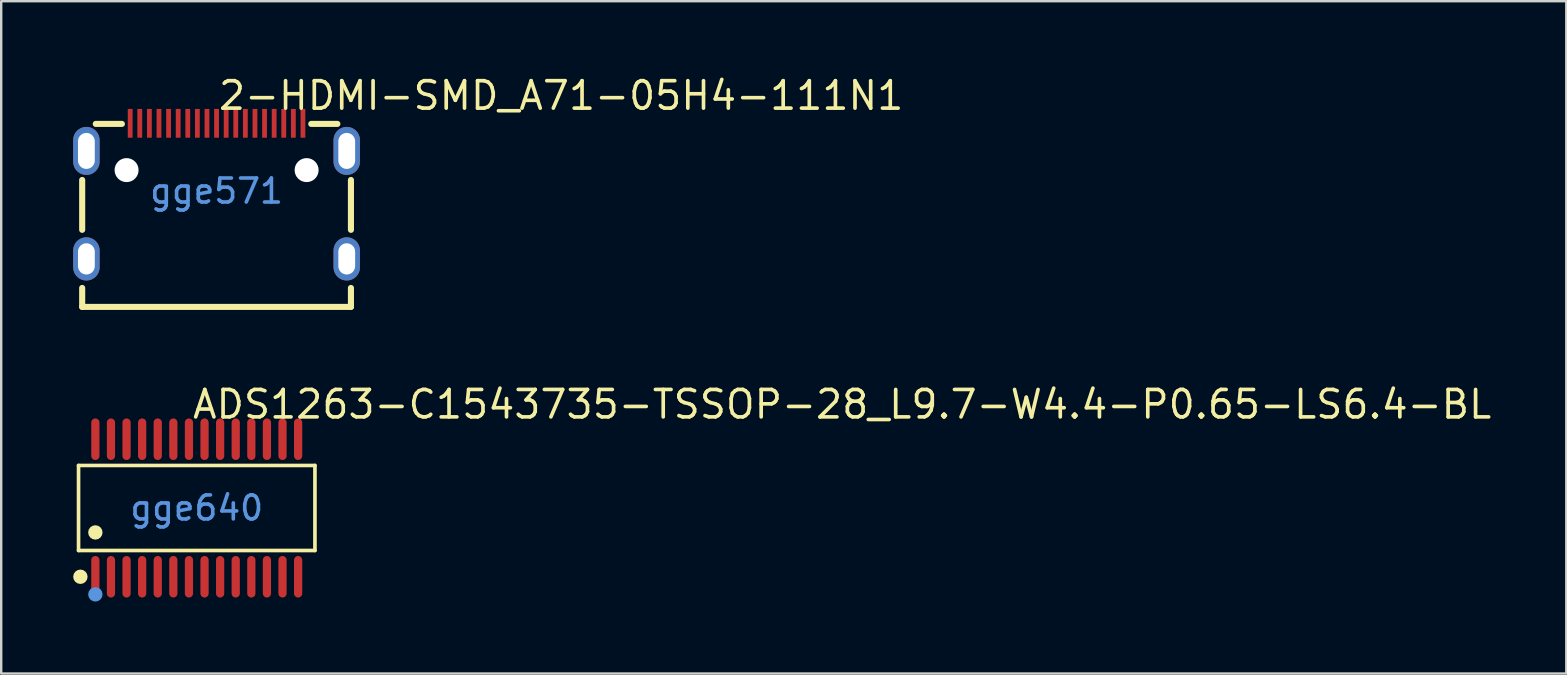
<source format=kicad_pcb>
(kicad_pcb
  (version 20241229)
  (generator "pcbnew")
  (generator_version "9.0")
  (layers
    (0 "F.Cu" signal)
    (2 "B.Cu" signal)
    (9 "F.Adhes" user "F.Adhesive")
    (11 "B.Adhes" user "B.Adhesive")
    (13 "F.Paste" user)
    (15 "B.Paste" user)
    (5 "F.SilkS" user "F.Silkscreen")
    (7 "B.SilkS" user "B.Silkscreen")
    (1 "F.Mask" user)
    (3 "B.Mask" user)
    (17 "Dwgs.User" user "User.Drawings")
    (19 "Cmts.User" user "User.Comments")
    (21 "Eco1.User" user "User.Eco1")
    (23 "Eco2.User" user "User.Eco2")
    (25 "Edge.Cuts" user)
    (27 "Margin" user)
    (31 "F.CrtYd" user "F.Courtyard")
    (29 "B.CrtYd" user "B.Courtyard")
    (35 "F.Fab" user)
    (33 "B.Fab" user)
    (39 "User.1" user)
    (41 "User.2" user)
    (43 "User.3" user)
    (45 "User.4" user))
  (footprint "ADS1263-C1543735-TSSOP-28_L9.7-W4.4-P0.65-LS6.4-BL"
    (layer "F.Cu")
    (at 5.149 18.12)
    (property "Reference" "ADS1263-C1543735-TSSOP-28_L9.7-W4.4-P0.65-LS6.4-BL" (at -0.254 -4.318 0) (layer "F.SilkS") (effects (font (size 1.143 1.143) (thickness 0.152)) (justify left)))
    (attr smd)
    (fp_line (start -4.926 -1.772) (end 4.926 -1.772) (stroke (width 0.152) (type solid)) (layer "F.SilkS"))
    (fp_line (start -4.926 1.771) (end -4.926 -1.772) (stroke (width 0.152) (type solid)) (layer "F.SilkS"))
    (fp_line (start 4.926 -1.772) (end 4.926 1.771) (stroke (width 0.152) (type solid)) (layer "F.SilkS"))
    (fp_line (start 4.926 1.771) (end -4.926 1.771) (stroke (width 0.152) (type solid)) (layer "F.SilkS"))
    (fp_circle (center -4.849 2.866) (end -4.699 2.866) (stroke (width 0.3) (type solid)) (fill no) (layer "F.SilkS"))
    (fp_circle (center -4.225 1.019) (end -4.075 1.019) (stroke (width 0.3) (type solid)) (fill no) (layer "F.SilkS"))
    (fp_circle (center -4.225 3.6) (end -4.075 3.6) (stroke (width 0.3) (type solid)) (fill no) (layer "Cmts.User"))
    (fp_text user "gge640" (at 0 0 0) (layer "Cmts.User") (effects (font (size 1 1) (thickness 0.15))))
    (pad "1" smd oval (at -4.225 2.866) (size 0.343 1.731) (layers "F.Cu" "F.Mask" "F.Paste"))
    (pad "2" smd oval (at -3.575 2.866) (size 0.343 1.731) (layers "F.Cu" "F.Mask" "F.Paste"))
    (pad "3" smd oval (at -2.925 2.866) (size 0.343 1.731) (layers "F.Cu" "F.Mask" "F.Paste"))
    (pad "4" smd oval (at -2.275 2.866) (size 0.343 1.731) (layers "F.Cu" "F.Mask" "F.Paste"))
    (pad "5" smd oval (at -1.625 2.866) (size 0.343 1.731) (layers "F.Cu" "F.Mask" "F.Paste"))
    (pad "6" smd oval (at -0.975 2.866) (size 0.343 1.731) (layers "F.Cu" "F.Mask" "F.Paste"))
    (pad "7" smd oval (at -0.325 2.866) (size 0.343 1.731) (layers "F.Cu" "F.Mask" "F.Paste"))
    (pad "8" smd oval (at 0.325 2.866) (size 0.343 1.731) (layers "F.Cu" "F.Mask" "F.Paste"))
    (pad "9" smd oval (at 0.975 2.866) (size 0.343 1.731) (layers "F.Cu" "F.Mask" "F.Paste"))
    (pad "10" smd oval (at 1.625 2.866) (size 0.343 1.731) (layers "F.Cu" "F.Mask" "F.Paste"))
    (pad "11" smd oval (at 2.275 2.866) (size 0.343 1.731) (layers "F.Cu" "F.Mask" "F.Paste"))
    (pad "12" smd oval (at 2.925 2.866) (size 0.343 1.731) (layers "F.Cu" "F.Mask" "F.Paste"))
    (pad "13" smd oval (at 3.575 2.866) (size 0.343 1.731) (layers "F.Cu" "F.Mask" "F.Paste"))
    (pad "14" smd oval (at 4.225 2.866) (size 0.343 1.731) (layers "F.Cu" "F.Mask" "F.Paste"))
    (pad "15" smd oval (at 4.225 -2.866) (size 0.343 1.731) (layers "F.Cu" "F.Mask" "F.Paste"))
    (pad "16" smd oval (at 3.575 -2.866) (size 0.343 1.731) (layers "F.Cu" "F.Mask" "F.Paste"))
    (pad "17" smd oval (at 2.925 -2.866) (size 0.343 1.731) (layers "F.Cu" "F.Mask" "F.Paste"))
    (pad "18" smd oval (at 2.275 -2.866) (size 0.343 1.731) (layers "F.Cu" "F.Mask" "F.Paste"))
    (pad "19" smd oval (at 1.625 -2.866) (size 0.343 1.731) (layers "F.Cu" "F.Mask" "F.Paste"))
    (pad "20" smd oval (at 0.975 -2.866) (size 0.343 1.731) (layers "F.Cu" "F.Mask" "F.Paste"))
    (pad "21" smd oval (at 0.325 -2.866) (size 0.343 1.731) (layers "F.Cu" "F.Mask" "F.Paste"))
    (pad "22" smd oval (at -0.325 -2.866) (size 0.343 1.731) (layers "F.Cu" "F.Mask" "F.Paste"))
    (pad "23" smd oval (at -0.975 -2.866) (size 0.343 1.731) (layers "F.Cu" "F.Mask" "F.Paste"))
    (pad "24" smd oval (at -1.625 -2.866) (size 0.343 1.731) (layers "F.Cu" "F.Mask" "F.Paste"))
    (pad "25" smd oval (at -2.275 -2.866) (size 0.343 1.731) (layers "F.Cu" "F.Mask" "F.Paste"))
    (pad "26" smd oval (at -2.925 -2.866) (size 0.343 1.731) (layers "F.Cu" "F.Mask" "F.Paste"))
    (pad "27" smd oval (at -3.575 -2.866) (size 0.343 1.731) (layers "F.Cu" "F.Mask" "F.Paste"))
    (pad "28" smd oval (at -4.225 -2.866) (size 0.343 1.731) (layers "F.Cu" "F.Mask" "F.Paste")))
  (footprint "2-HDMI-SMD_A71-05H4-111N1"
    (layer "F.Cu")
    (at 5.975 4.914)
    (property "Reference" "2-HDMI-SMD_A71-05H4-111N1" (at 0 -3.979 0) (layer "F.SilkS") (effects (font (size 1.143 1.143) (thickness 0.152)) (justify left)))
    (attr smd)
    (fp_line (start -5.6 1.614) (end -5.6 -0.464) (stroke (width 0.254) (type solid)) (layer "F.SilkS"))
    (fp_line (start -5.6 4.825) (end -5.6 4.036) (stroke (width 0.254) (type solid)) (layer "F.SilkS"))
    (fp_line (start -5.034 -2.8) (end -3.946 -2.8) (stroke (width 0.254) (type solid)) (layer "F.SilkS"))
    (fp_line (start 3.946 -2.8) (end 5.034 -2.8) (stroke (width 0.254) (type solid)) (layer "F.SilkS"))
    (fp_line (start 5.6 1.614) (end 5.6 -0.464) (stroke (width 0.254) (type solid)) (layer "F.SilkS"))
    (fp_line (start 5.6 4.825) (end -5.6 4.825) (stroke (width 0.254) (type solid)) (layer "F.SilkS"))
    (fp_line (start 5.6 4.825) (end 5.6 4.036) (stroke (width 0.254) (type solid)) (layer "F.SilkS"))
    (fp_poly (pts (xy -3.7 -3.425) (xy -3.5 -3.425) (xy -3.5 -2.225) (xy -3.7 -2.225)) (stroke (width 0) (type solid)) (fill yes) (layer "F.Paste"))
    (fp_poly (pts (xy -3.3 -3.425) (xy -3.1 -3.425) (xy -3.1 -2.225) (xy -3.3 -2.225)) (stroke (width 0) (type solid)) (fill yes) (layer "F.Paste"))
    (fp_poly (pts (xy -2.9 -3.425) (xy -2.7 -3.425) (xy -2.7 -2.225) (xy -2.9 -2.225)) (stroke (width 0) (type solid)) (fill yes) (layer "F.Paste"))
    (fp_poly (pts (xy -2.5 -3.425) (xy -2.3 -3.425) (xy -2.3 -2.225) (xy -2.5 -2.225)) (stroke (width 0) (type solid)) (fill yes) (layer "F.Paste"))
    (fp_poly (pts (xy -2.1 -3.425) (xy -1.9 -3.425) (xy -1.9 -2.225) (xy -2.1 -2.225)) (stroke (width 0) (type solid)) (fill yes) (layer "F.Paste"))
    (fp_poly (pts (xy -1.7 -3.425) (xy -1.5 -3.425) (xy -1.5 -2.225) (xy -1.7 -2.225)) (stroke (width 0) (type solid)) (fill yes) (layer "F.Paste"))
    (fp_poly (pts (xy -1.3 -3.425) (xy -1.1 -3.425) (xy -1.1 -2.225) (xy -1.3 -2.225)) (stroke (width 0) (type solid)) (fill yes) (layer "F.Paste"))
    (fp_poly (pts (xy -0.9 -3.425) (xy -0.7 -3.425) (xy -0.7 -2.225) (xy -0.9 -2.225)) (stroke (width 0) (type solid)) (fill yes) (layer "F.Paste"))
    (fp_poly (pts (xy -0.5 -3.425) (xy -0.3 -3.425) (xy -0.3 -2.225) (xy -0.5 -2.225)) (stroke (width 0) (type solid)) (fill yes) (layer "F.Paste"))
    (fp_poly (pts (xy -0.1 -3.425) (xy 0.1 -3.425) (xy 0.1 -2.225) (xy -0.1 -2.225)) (stroke (width 0) (type solid)) (fill yes) (layer "F.Paste"))
    (fp_poly (pts (xy 0.3 -3.425) (xy 0.5 -3.425) (xy 0.5 -2.225) (xy 0.3 -2.225)) (stroke (width 0) (type solid)) (fill yes) (layer "F.Paste"))
    (fp_poly (pts (xy 0.7 -3.425) (xy 0.9 -3.425) (xy 0.9 -2.225) (xy 0.7 -2.225)) (stroke (width 0) (type solid)) (fill yes) (layer "F.Paste"))
    (fp_poly (pts (xy 1.1 -3.425) (xy 1.3 -3.425) (xy 1.3 -2.225) (xy 1.1 -2.225)) (stroke (width 0) (type solid)) (fill yes) (layer "F.Paste"))
    (fp_poly (pts (xy 1.5 -3.425) (xy 1.7 -3.425) (xy 1.7 -2.225) (xy 1.5 -2.225)) (stroke (width 0) (type solid)) (fill yes) (layer "F.Paste"))
    (fp_poly (pts (xy 1.9 -3.425) (xy 2.1 -3.425) (xy 2.1 -2.225) (xy 1.9 -2.225)) (stroke (width 0) (type solid)) (fill yes) (layer "F.Paste"))
    (fp_poly (pts (xy 2.3 -3.425) (xy 2.5 -3.425) (xy 2.5 -2.225) (xy 2.3 -2.225)) (stroke (width 0) (type solid)) (fill yes) (layer "F.Paste"))
    (fp_poly (pts (xy 2.7 -3.425) (xy 2.9 -3.425) (xy 2.9 -2.225) (xy 2.7 -2.225)) (stroke (width 0) (type solid)) (fill yes) (layer "F.Paste"))
    (fp_poly (pts (xy 3.1 -3.425) (xy 3.3 -3.425) (xy 3.3 -2.225) (xy 3.1 -2.225)) (stroke (width 0) (type solid)) (fill yes) (layer "F.Paste"))
    (fp_poly (pts (xy 3.5 -3.425) (xy 3.7 -3.425) (xy 3.7 -2.225) (xy 3.5 -2.225)) (stroke (width 0) (type solid)) (fill yes) (layer "F.Paste"))
    (fp_text user "gge571" (at 0 0 0) (layer "Cmts.User") (effects (font (size 1 1) (thickness 0.15))))
    (pad "" np_thru_hole circle (at -3.75 -0.875) (size 1 1) (drill 1) (layers "*.Cu" "*.Mask"))
    (pad "" np_thru_hole circle (at 3.753 -0.875) (size 1 1) (drill 1) (layers "*.Cu" "*.Mask"))
    (pad "1" smd rect (at 3.6 -2.825) (size 0.2 1.2) (layers "F.Cu" "F.Mask" "F.Paste"))
    (pad "2" smd rect (at 3.2 -2.825) (size 0.2 1.2) (layers "F.Cu" "F.Mask" "F.Paste"))
    (pad "3" smd rect (at 2.8 -2.825) (size 0.2 1.2) (layers "F.Cu" "F.Mask" "F.Paste"))
    (pad "4" smd rect (at 2.4 -2.825) (size 0.2 1.2) (layers "F.Cu" "F.Mask" "F.Paste"))
    (pad "5" smd rect (at 2 -2.825) (size 0.2 1.2) (layers "F.Cu" "F.Mask" "F.Paste"))
    (pad "6" smd rect (at 1.6 -2.825) (size 0.2 1.2) (layers "F.Cu" "F.Mask" "F.Paste"))
    (pad "7" smd rect (at 1.2 -2.825) (size 0.2 1.2) (layers "F.Cu" "F.Mask" "F.Paste"))
    (pad "8" smd rect (at 0.8 -2.825) (size 0.2 1.2) (layers "F.Cu" "F.Mask" "F.Paste"))
    (pad "9" smd rect (at 0.4 -2.825) (size 0.2 1.2) (layers "F.Cu" "F.Mask" "F.Paste"))
    (pad "10" smd rect (at 0 -2.825) (size 0.2 1.2) (layers "F.Cu" "F.Mask" "F.Paste"))
    (pad "11" smd rect (at -0.4 -2.825) (size 0.2 1.2) (layers "F.Cu" "F.Mask" "F.Paste"))
    (pad "12" smd rect (at -0.8 -2.825) (size 0.2 1.2) (layers "F.Cu" "F.Mask" "F.Paste"))
    (pad "13" smd rect (at -1.2 -2.825) (size 0.2 1.2) (layers "F.Cu" "F.Mask" "F.Paste"))
    (pad "14" smd rect (at -1.6 -2.825) (size 0.2 1.2) (layers "F.Cu" "F.Mask" "F.Paste"))
    (pad "15" smd rect (at -2 -2.825) (size 0.2 1.2) (layers "F.Cu" "F.Mask" "F.Paste"))
    (pad "16" smd rect (at -2.4 -2.825) (size 0.2 1.2) (layers "F.Cu" "F.Mask" "F.Paste"))
    (pad "17" smd rect (at -2.8 -2.825) (size 0.2 1.2) (layers "F.Cu" "F.Mask" "F.Paste"))
    (pad "18" smd rect (at -3.2 -2.825) (size 0.2 1.2) (layers "F.Cu" "F.Mask" "F.Paste"))
    (pad "19" smd rect (at -3.6 -2.825) (size 0.2 1.2) (layers "F.Cu" "F.Mask" "F.Paste"))
    (pad "20" thru_hole oval (at -5.425 -1.675) (size 1.1 2) (drill oval 0.7 1.5) (layers "*.Cu" "*.Paste" "*.Mask"))
    (pad "21" thru_hole oval (at 5.425 -1.675) (size 1.1 2) (drill oval 0.7 1.5) (layers "*.Cu" "*.Paste" "*.Mask"))
    (pad "22" thru_hole oval (at -5.425 2.825) (size 1.1 1.8) (drill oval 0.7 1.3) (layers "*.Cu" "*.Paste" "*.Mask"))
    (pad "23" thru_hole oval (at 5.425 2.825) (size 1.1 1.8) (drill oval 0.7 1.3) (layers "*.Cu" "*.Paste" "*.Mask")))
  (gr_rect
    (start -3 -3)
    (end 62.224 25.02)
    (stroke (width 0.1) (type default))
    (fill no)
    (layer "Edge.Cuts")))
</source>
